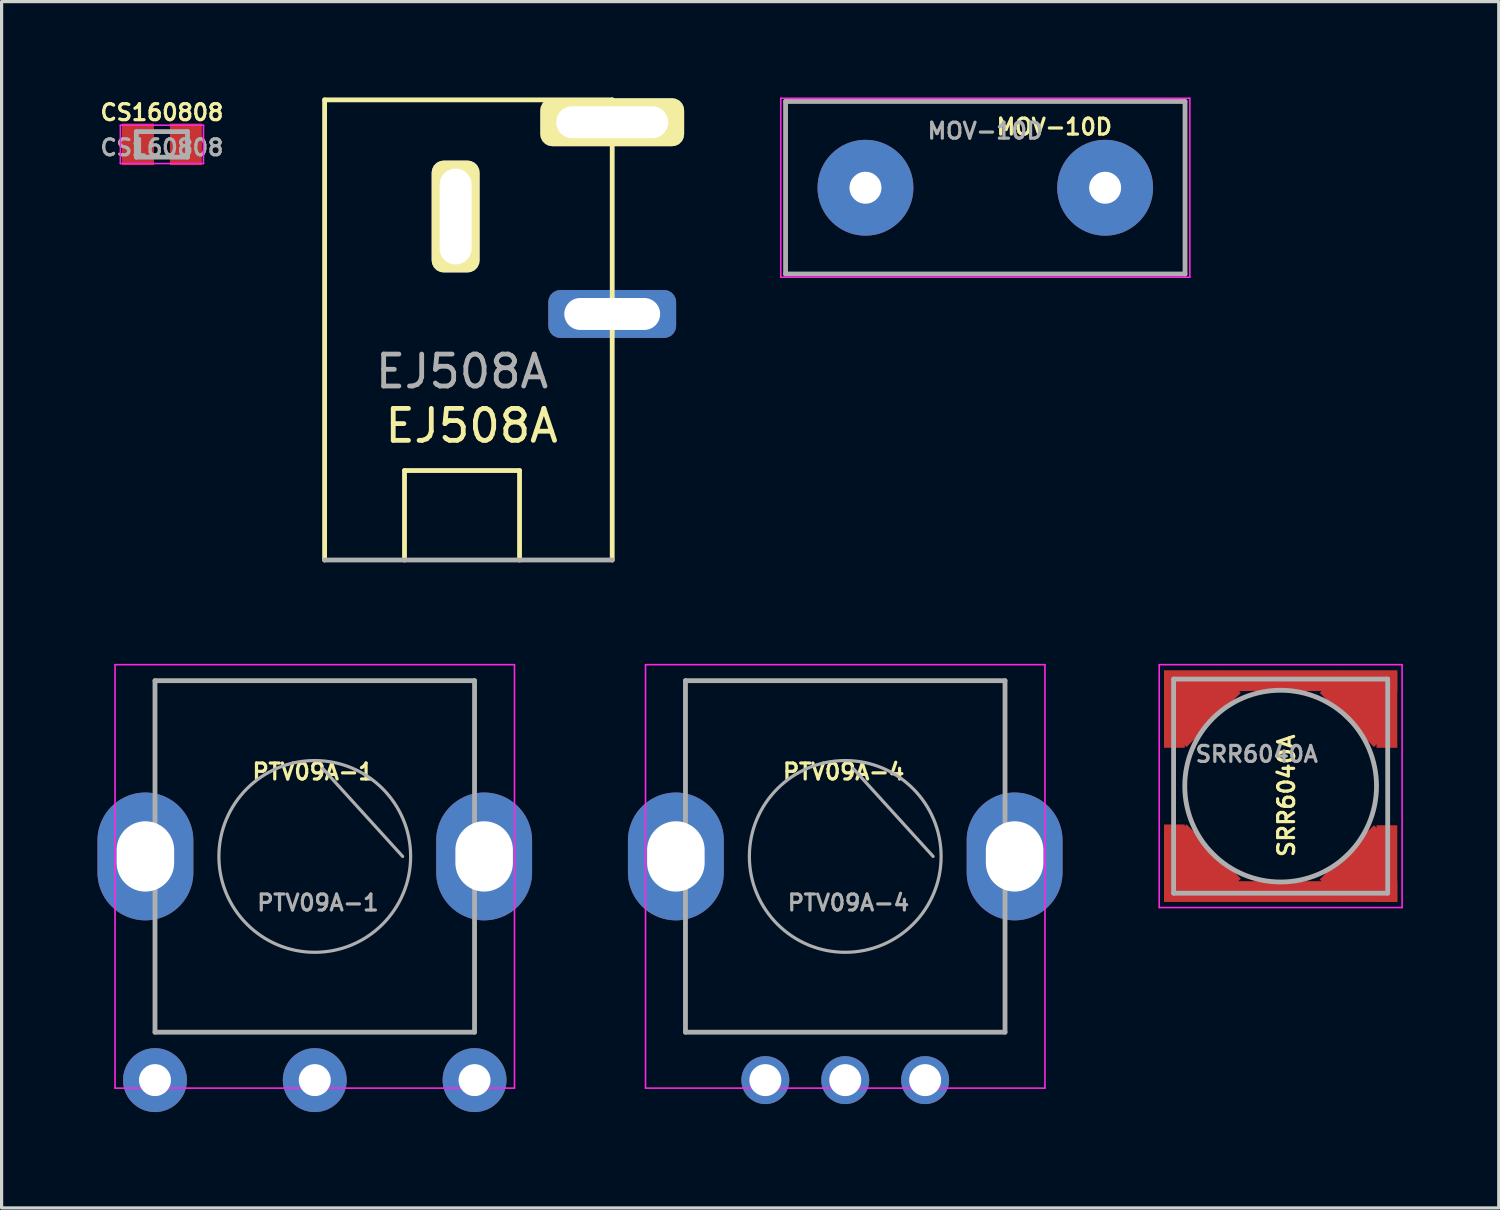
<source format=kicad_pcb>
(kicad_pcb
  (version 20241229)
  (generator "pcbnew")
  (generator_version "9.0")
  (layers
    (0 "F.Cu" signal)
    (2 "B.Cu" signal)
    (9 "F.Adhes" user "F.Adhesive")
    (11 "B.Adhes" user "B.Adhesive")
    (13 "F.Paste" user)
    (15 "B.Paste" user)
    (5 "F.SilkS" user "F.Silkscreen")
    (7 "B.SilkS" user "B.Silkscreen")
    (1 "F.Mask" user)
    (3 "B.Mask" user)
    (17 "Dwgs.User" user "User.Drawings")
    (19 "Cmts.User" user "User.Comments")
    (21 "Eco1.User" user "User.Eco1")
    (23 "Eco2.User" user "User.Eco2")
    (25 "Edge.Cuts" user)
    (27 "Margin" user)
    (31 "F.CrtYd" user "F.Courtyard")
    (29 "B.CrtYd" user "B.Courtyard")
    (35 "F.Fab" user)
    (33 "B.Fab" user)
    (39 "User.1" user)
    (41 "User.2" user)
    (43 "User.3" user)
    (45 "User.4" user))
  (footprint "CS160808"
    (layer "F.Cu")
    (at 2.017 1.468)
    (property "Reference" "CS160808" (at 0 -1 0) (layer "F.SilkS") (effects (font (size 0.5 0.5) (thickness 0.1))))
    (attr smd)
    (fp_line (start -1.3 -0.6) (end 1.3 -0.6) (stroke (width 0.05) (type solid)) (layer "F.CrtYd"))
    (fp_line (start -1.3 0.6) (end -1.3 -0.6) (stroke (width 0.05) (type solid)) (layer "F.CrtYd"))
    (fp_line (start 1.3 -0.6) (end 1.3 0.6) (stroke (width 0.05) (type solid)) (layer "F.CrtYd"))
    (fp_line (start 1.3 0.6) (end -1.3 0.6) (stroke (width 0.05) (type solid)) (layer "F.CrtYd"))
    (fp_line (start -0.8 -0.4) (end 0.8 -0.4) (stroke (width 0.15) (type solid)) (layer "F.Fab"))
    (fp_line (start -0.8 0.4) (end -0.8 -0.4) (stroke (width 0.15) (type solid)) (layer "F.Fab"))
    (fp_line (start 0.8 -0.4) (end 0.8 0.4) (stroke (width 0.15) (type solid)) (layer "F.Fab"))
    (fp_line (start 0.8 0.4) (end -0.8 0.4) (stroke (width 0.15) (type solid)) (layer "F.Fab"))
    (fp_text user "${REFERENCE}" (at 0 0.1 0) (layer "F.Fab") (effects (font (size 0.5 0.5) (thickness 0.1))))
    (pad "1" smd rect (at -0.75 0) (size 1 1.3) (layers "F.Cu" "F.Mask" "F.Paste"))
    (pad "2" smd rect (at 0.75 0) (size 1 1.3) (layers "F.Cu" "F.Mask" "F.Paste")))
  (footprint "PTV09A-4"
    (layer "F.Cu")
    (at 23.4 23.75)
    (property "Reference" "PTV09A-4" (at -0.05 -2.65 0) (layer "F.SilkS") (effects (font (size 0.5 0.5) (thickness 0.1))))
    (attr through_hole)
    (fp_line (start -6.25 -6) (end 6.25 -6) (stroke (width 0.05) (type solid)) (layer "F.CrtYd"))
    (fp_line (start -6.25 7.25) (end -6.25 -6) (stroke (width 0.05) (type solid)) (layer "F.CrtYd"))
    (fp_line (start 6.25 -6) (end 6.25 7.25) (stroke (width 0.05) (type solid)) (layer "F.CrtYd"))
    (fp_line (start 6.25 7.25) (end -6.25 7.25) (stroke (width 0.05) (type solid)) (layer "F.CrtYd"))
    (fp_line (start -5 -5.5) (end -5 5.5) (stroke (width 0.15) (type solid)) (layer "F.Fab"))
    (fp_line (start -5 -5.5) (end 5 -5.5) (stroke (width 0.15) (type solid)) (layer "F.Fab"))
    (fp_line (start 0.25 -2.75) (end 2.75 0) (stroke (width 0.1) (type solid)) (layer "F.Fab"))
    (fp_line (start 5 -5.5) (end 5 5.5) (stroke (width 0.15) (type solid)) (layer "F.Fab"))
    (fp_line (start 5 5.5) (end -5 5.5) (stroke (width 0.15) (type solid)) (layer "F.Fab"))
    (fp_circle (center 0 0) (end 3 0) (stroke (width 0.1) (type solid)) (fill no) (layer "F.Fab"))
    (fp_text user "${REFERENCE}" (at 0.1 1.45 0) (layer "F.Fab") (effects (font (size 0.5 0.5) (thickness 0.1))))
    (pad "1" thru_hole circle (at -2.5 7) (size 1.5 1.5) (drill 1) (layers "*.Cu" "*.Mask"))
    (pad "2" thru_hole circle (at 0 7) (size 1.5 1.5) (drill 1) (layers "*.Cu" "*.Mask"))
    (pad "3" thru_hole circle (at 2.5 7) (size 1.5 1.5) (drill 1) (layers "*.Cu" "*.Mask"))
    (pad "4" thru_hole oval (at 5.3 0) (size 3 4) (drill oval 1.8 2.2) (layers "*.Cu" "*.Mask"))
    (pad "5" thru_hole oval (at -5.3 0) (size 3 4) (drill oval 1.8 2.2) (layers "*.Cu" "*.Mask")))
  (footprint "MOV-10D"
    (layer "F.Cu")
    (at 27.783 2.825)
    (property "Reference" "MOV-10D" (at 2.159 -1.905 0) (layer "F.SilkS") (effects (font (size 0.5 0.5) (thickness 0.1))))
    (attr through_hole)
    (fp_line (start -6.4 -2.8) (end 6.4 -2.8) (stroke (width 0.05) (type solid)) (layer "F.CrtYd"))
    (fp_line (start -6.4 2.8) (end -6.4 -2.8) (stroke (width 0.05) (type solid)) (layer "F.CrtYd"))
    (fp_line (start 6.4 -2.8) (end 6.4 2.8) (stroke (width 0.05) (type solid)) (layer "F.CrtYd"))
    (fp_line (start 6.4 2.8) (end -6.4 2.8) (stroke (width 0.05) (type solid)) (layer "F.CrtYd"))
    (fp_line (start -6.25 -2.7) (end 6.25 -2.7) (stroke (width 0.15) (type solid)) (layer "F.Fab"))
    (fp_line (start -6.25 2.7) (end -6.25 -2.7) (stroke (width 0.15) (type solid)) (layer "F.Fab"))
    (fp_line (start 6.25 -2.7) (end 6.25 2.7) (stroke (width 0.15) (type solid)) (layer "F.Fab"))
    (fp_line (start 6.25 2.7) (end -6.25 2.7) (stroke (width 0.15) (type solid)) (layer "F.Fab"))
    (fp_text user "${REFERENCE}" (at 0 -1.778 0) (layer "F.Fab") (effects (font (size 0.5 0.5) (thickness 0.1))))
    (pad "1" thru_hole circle (at -3.75 0) (size 3 3) (drill 1) (layers "*.Cu" "*.Mask"))
    (pad "2" thru_hole circle (at 3.75 0) (size 3 3) (drill 1) (layers "*.Cu" "*.Mask")))
  (footprint "PTV09A-1"
    (layer "F.Cu")
    (at 6.8 23.75)
    (property "Reference" "PTV09A-1" (at -0.05 -2.65 0) (layer "F.SilkS") (effects (font (size 0.5 0.5) (thickness 0.1))))
    (attr through_hole)
    (fp_line (start -6.25 -6) (end 6.25 -6) (stroke (width 0.05) (type solid)) (layer "F.CrtYd"))
    (fp_line (start -6.25 7.25) (end -6.25 -6) (stroke (width 0.05) (type solid)) (layer "F.CrtYd"))
    (fp_line (start 6.25 -6) (end 6.25 7.25) (stroke (width 0.05) (type solid)) (layer "F.CrtYd"))
    (fp_line (start 6.25 7.25) (end -6.25 7.25) (stroke (width 0.05) (type solid)) (layer "F.CrtYd"))
    (fp_line (start -5 -5.5) (end -5 5.5) (stroke (width 0.15) (type solid)) (layer "F.Fab"))
    (fp_line (start -5 -5.5) (end 5 -5.5) (stroke (width 0.15) (type solid)) (layer "F.Fab"))
    (fp_line (start 0.25 -2.75) (end 2.75 0) (stroke (width 0.1) (type solid)) (layer "F.Fab"))
    (fp_line (start 5 -5.5) (end 5 5.5) (stroke (width 0.15) (type solid)) (layer "F.Fab"))
    (fp_line (start 5 5.5) (end -5 5.5) (stroke (width 0.15) (type solid)) (layer "F.Fab"))
    (fp_circle (center 0 0) (end 3 0) (stroke (width 0.1) (type solid)) (fill no) (layer "F.Fab"))
    (fp_text user "${REFERENCE}" (at 0.1 1.45 0) (layer "F.Fab") (effects (font (size 0.5 0.5) (thickness 0.1))))
    (pad "1" thru_hole circle (at -5 7) (size 2 2) (drill 1) (layers "*.Cu" "*.Mask"))
    (pad "2" thru_hole circle (at 0 7) (size 2 2) (drill 1) (layers "*.Cu" "*.Mask"))
    (pad "3" thru_hole circle (at 5 7) (size 2 2) (drill 1) (layers "*.Cu" "*.Mask"))
    (pad "4" thru_hole oval (at 5.3 0) (size 3 4) (drill oval 1.8 2.2) (layers "*.Cu" "*.Mask"))
    (pad "5" thru_hole oval (at -5.3 0) (size 3 4) (drill oval 1.8 2.2) (layers "*.Cu" "*.Mask")))
  (footprint "SRR6040A"
    (layer "F.Cu")
    (at 37.025 21.55)
    (property "Reference" "SRR6040A" (at 0.18 0.3 90) (layer "F.SilkS") (effects (font (size 0.5 0.5) (thickness 0.1))))
    (attr smd)
    (fp_line (start -3.8 -3.8) (end -3.8 3.8) (stroke (width 0.05) (type solid)) (layer "F.CrtYd"))
    (fp_line (start -3.8 3.8) (end 3.8 3.8) (stroke (width 0.05) (type solid)) (layer "F.CrtYd"))
    (fp_line (start 3.8 -3.8) (end -3.8 -3.8) (stroke (width 0.05) (type solid)) (layer "F.CrtYd"))
    (fp_line (start 3.8 3.8) (end 3.8 -3.8) (stroke (width 0.05) (type solid)) (layer "F.CrtYd"))
    (fp_line (start -3.35 -3.35) (end 3.35 -3.35) (stroke (width 0.15) (type solid)) (layer "F.Fab"))
    (fp_line (start -3.35 3.35) (end -3.35 -3.35) (stroke (width 0.15) (type solid)) (layer "F.Fab"))
    (fp_line (start 3.35 -3.35) (end 3.35 3.35) (stroke (width 0.15) (type solid)) (layer "F.Fab"))
    (fp_line (start 3.35 3.35) (end -3.35 3.35) (stroke (width 0.15) (type solid)) (layer "F.Fab"))
    (fp_circle (center 0 0) (end 3 0) (stroke (width 0.15) (type solid)) (fill no) (layer "F.Fab"))
    (fp_text user "${REFERENCE}" (at -0.75 -1 0) (layer "F.Fab") (effects (font (size 0.5 0.5) (thickness 0.1))))
    (pad "1" smd rect (at -3.325 -2.4) (size 0.65 2.4) (layers "F.Cu" "F.Mask" "F.Paste"))
    (pad "1" smd rect (at -2.775 -2.75 225) (size 1 1) (layers "F.Cu" "F.Mask" "F.Paste"))
    (pad "1" smd rect (at -2.45 -2.425 135) (size 1 2.4) (layers "F.Cu" "F.Mask" "F.Paste"))
    (pad "1" smd rect (at 0 -3.3) (size 7.3 0.65) (layers "F.Cu" "F.Mask" "F.Paste"))
    (pad "1" smd rect (at 2.425 -2.425 45) (size 1 2.4) (layers "F.Cu" "F.Mask" "F.Paste"))
    (pad "1" smd rect (at 2.85 -2.775 225) (size 1 1) (layers "F.Cu" "F.Mask" "F.Paste"))
    (pad "1" smd rect (at 3.325 -2.4) (size 0.65 2.4) (layers "F.Cu" "F.Mask" "F.Paste"))
    (pad "2" smd rect (at -3.325 2.4) (size 0.65 2.4) (layers "F.Cu" "F.Mask" "F.Paste"))
    (pad "2" smd rect (at -2.775 2.675 225) (size 1 1) (layers "F.Cu" "F.Mask" "F.Paste"))
    (pad "2" smd rect (at -2.45 2.4 225) (size 1 2.4) (layers "F.Cu" "F.Mask" "F.Paste"))
    (pad "2" smd rect (at 0 3.3) (size 7.3 0.65) (layers "F.Cu" "F.Mask" "F.Paste"))
    (pad "2" smd rect (at 2.425 2.425 135) (size 1 2.4) (layers "F.Cu" "F.Mask" "F.Paste"))
    (pad "2" smd rect (at 2.775 2.8 225) (size 1 1) (layers "F.Cu" "F.Mask" "F.Paste"))
    (pad "2" smd rect (at 3.325 2.425) (size 0.65 2.4) (layers "F.Cu" "F.Mask" "F.Paste")))
  (footprint "EJ508A"
    (layer "F.Cu")
    (at 16.108 14.475)
    (property "Reference" "EJ508A" (at -4.4 -4.2 0) (layer "F.SilkS") (effects (font (size 1 1) (thickness 0.15))))
    (attr through_hole)
    (fp_line (start -9 -14.4) (end 0 -14.4) (stroke (width 0.15) (type solid)) (layer "F.SilkS"))
    (fp_line (start -9 0) (end -9 -14.4) (stroke (width 0.15) (type solid)) (layer "F.SilkS"))
    (fp_line (start -6.5 -2.8) (end -2.9 -2.8) (stroke (width 0.15) (type solid)) (layer "F.SilkS"))
    (fp_line (start -6.5 0) (end -6.5 -2.8) (stroke (width 0.15) (type solid)) (layer "F.SilkS"))
    (fp_line (start -2.9 -2.8) (end -2.9 0) (stroke (width 0.15) (type solid)) (layer "F.SilkS"))
    (fp_line (start 0 -14.4) (end 0 0) (stroke (width 0.15) (type solid)) (layer "F.SilkS"))
    (fp_line (start 0 0) (end -9 0) (stroke (width 0.15) (type solid)) (layer "F.Fab"))
    (fp_text user "${REFERENCE}" (at -4.7 -5.9 0) (layer "F.Fab") (effects (font (size 1 1) (thickness 0.15))))
    (pad "A" thru_hole roundrect (at 0 -13.7) (size 4.5 1.5) (drill oval 3.5 1) (layers "*.Cu" "*.Mask" "F.SilkS") (roundrect_rratio 0.25))
    (pad "B" thru_hole roundrect (at -4.9 -10.75) (size 1.5 3.5) (drill oval 1 3) (layers "*.Cu" "*.Mask" "F.SilkS") (roundrect_rratio 0.25))
    (pad "C" thru_hole roundrect (at 0 -7.7) (size 4 1.5) (drill oval 3 1) (layers "*.Cu" "B.Mask") (roundrect_rratio 0.25)))
  (gr_rect
    (start -3 -3)
    (end 43.85 34.75)
    (stroke (width 0.1) (type default))
    (fill no)
    (layer "Edge.Cuts")))
</source>
